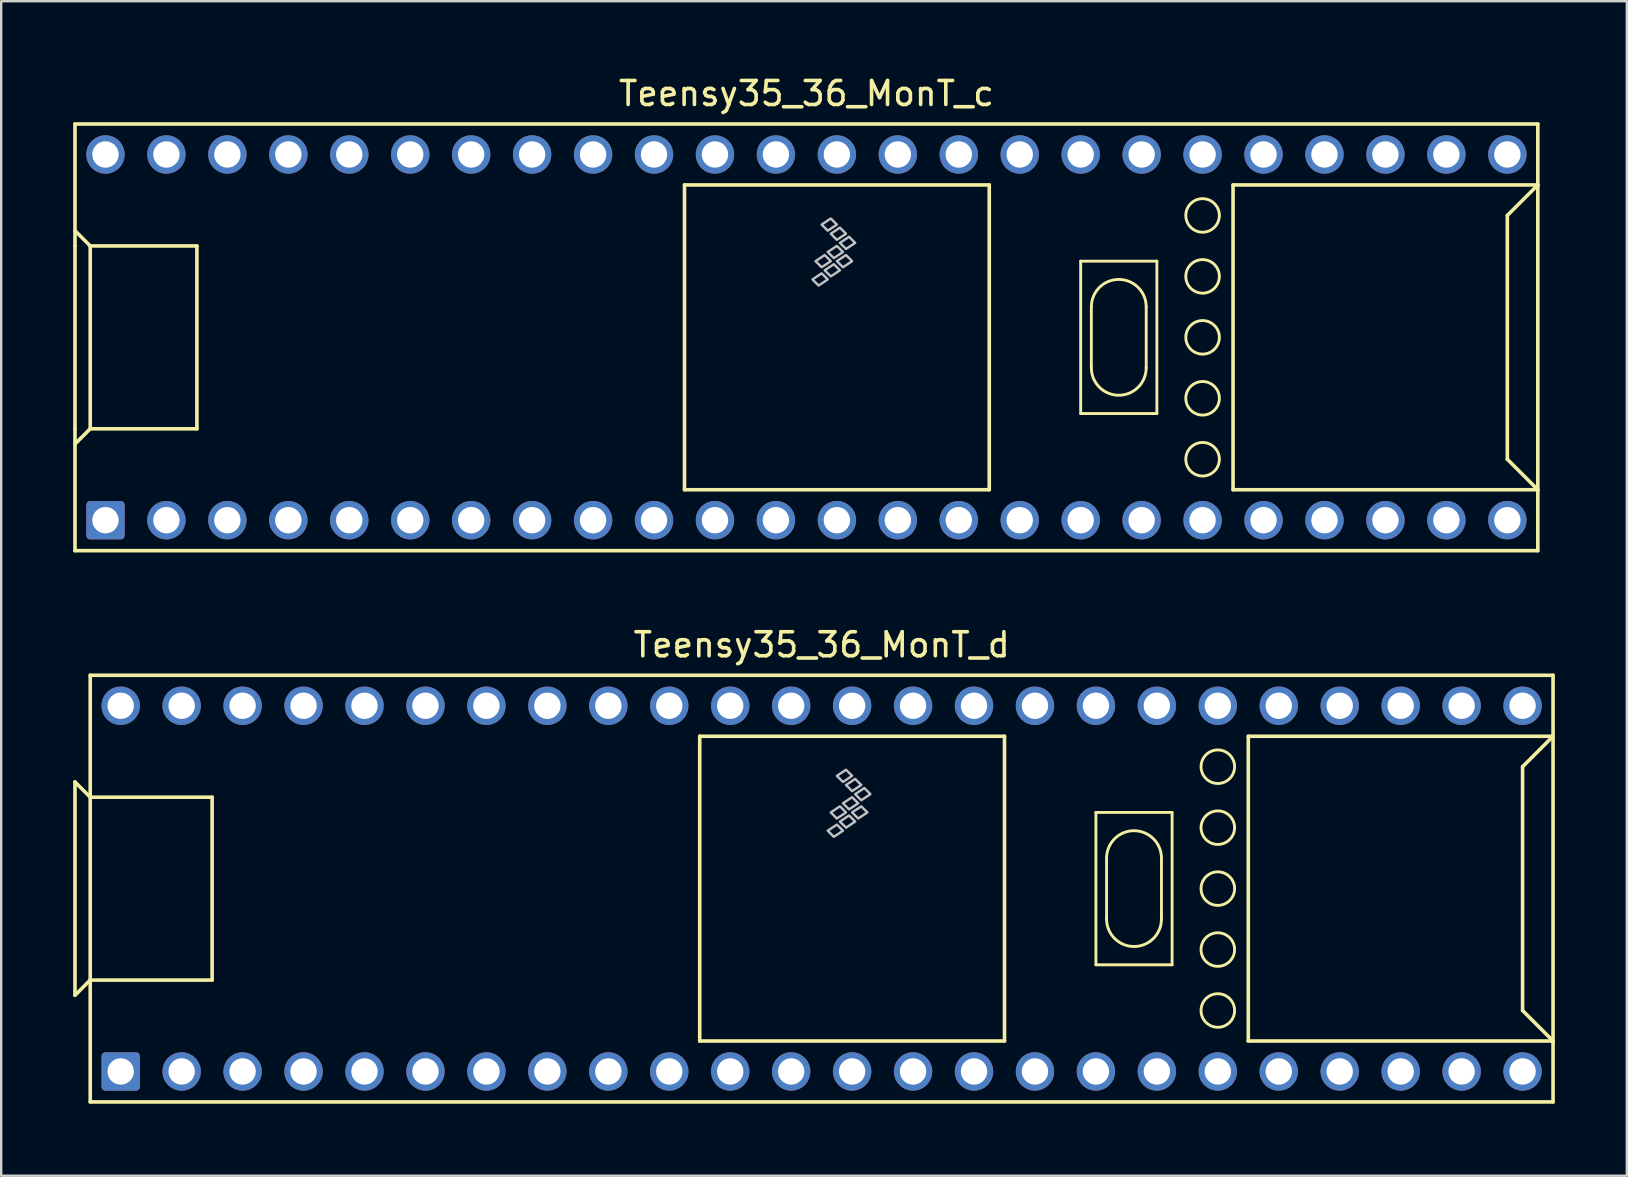
<source format=kicad_pcb>
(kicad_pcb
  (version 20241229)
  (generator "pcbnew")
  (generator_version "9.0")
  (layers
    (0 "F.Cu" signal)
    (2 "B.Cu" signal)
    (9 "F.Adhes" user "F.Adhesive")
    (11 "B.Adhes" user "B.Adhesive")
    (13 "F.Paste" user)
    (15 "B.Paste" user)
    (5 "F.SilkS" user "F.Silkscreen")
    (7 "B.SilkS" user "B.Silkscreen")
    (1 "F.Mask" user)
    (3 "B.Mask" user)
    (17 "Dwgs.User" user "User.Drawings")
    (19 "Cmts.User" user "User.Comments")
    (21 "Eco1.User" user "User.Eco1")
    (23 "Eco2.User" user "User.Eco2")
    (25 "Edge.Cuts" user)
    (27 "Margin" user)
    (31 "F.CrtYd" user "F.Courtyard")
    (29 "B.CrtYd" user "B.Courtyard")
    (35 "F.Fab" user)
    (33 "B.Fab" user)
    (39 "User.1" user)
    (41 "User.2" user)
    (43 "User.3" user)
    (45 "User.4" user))
  (footprint "Teensy35_36_MonT_c"
    (layer "F.Cu")
    (at 30.555 11.008)
    (property "Reference" "Teensy35_36_MonT_c" (at 0 -10.16 0) (layer "F.SilkS") (effects (font (size 1 1) (thickness 0.15))))
    (attr through_hole)
    (fp_line (start -30.48 -3.81) (end -30.48 -3.81) (stroke (width 0.15) (type solid)) (layer "F.SilkS"))
    (fp_line (start -30.48 3.81) (end -30.48 3.81) (stroke (width 0.15) (type solid)) (layer "F.SilkS"))
    (fp_line (start -30.48 8.89) (end -30.48 -8.89) (stroke (width 0.15) (type solid)) (layer "F.SilkS"))
    (fp_line (start -30.48 8.89) (end 30.48 8.89) (stroke (width 0.15) (type solid)) (layer "F.SilkS"))
    (fp_line (start -29.845 -3.81) (end -30.48 -4.445) (stroke (width 0.15) (type solid)) (layer "F.SilkS"))
    (fp_line (start -29.845 3.81) (end -30.48 4.445) (stroke (width 0.15) (type solid)) (layer "F.SilkS"))
    (fp_line (start -29.845 3.81) (end -29.845 -3.81) (stroke (width 0.15) (type solid)) (layer "F.SilkS"))
    (fp_line (start -25.4 -3.81) (end -29.845 -3.81) (stroke (width 0.15) (type solid)) (layer "F.SilkS"))
    (fp_line (start -25.4 3.81) (end -29.845 3.81) (stroke (width 0.15) (type solid)) (layer "F.SilkS"))
    (fp_line (start -25.4 3.81) (end -25.4 -3.81) (stroke (width 0.15) (type solid)) (layer "F.SilkS"))
    (fp_line (start -5.08 -6.35) (end -5.08 6.35) (stroke (width 0.15) (type solid)) (layer "F.SilkS"))
    (fp_line (start -5.08 -6.35) (end 7.62 -6.35) (stroke (width 0.15) (type solid)) (layer "F.SilkS"))
    (fp_line (start -5.08 6.35) (end 7.62 6.35) (stroke (width 0.15) (type solid)) (layer "F.SilkS"))
    (fp_line (start 7.62 6.35) (end 7.62 -6.35) (stroke (width 0.15) (type solid)) (layer "F.SilkS"))
    (fp_line (start 11.43 -3.175) (end 11.43 3.175) (stroke (width 0.12) (type solid)) (layer "F.SilkS"))
    (fp_line (start 11.43 3.175) (end 14.605 3.175) (stroke (width 0.12) (type solid)) (layer "F.SilkS"))
    (fp_line (start 11.874 -1.27) (end 11.874 1.27) (stroke (width 0.12) (type solid)) (layer "F.SilkS"))
    (fp_line (start 14.161 -1.27) (end 14.161 1.27) (stroke (width 0.12) (type solid)) (layer "F.SilkS"))
    (fp_line (start 14.605 -3.175) (end 11.43 -3.175) (stroke (width 0.12) (type solid)) (layer "F.SilkS"))
    (fp_line (start 14.605 3.175) (end 14.605 -3.175) (stroke (width 0.12) (type solid)) (layer "F.SilkS"))
    (fp_line (start 17.78 -6.35) (end 17.78 6.35) (stroke (width 0.15) (type solid)) (layer "F.SilkS"))
    (fp_line (start 17.78 6.35) (end 30.48 6.35) (stroke (width 0.15) (type solid)) (layer "F.SilkS"))
    (fp_line (start 29.21 -5.08) (end 30.48 -6.35) (stroke (width 0.15) (type solid)) (layer "F.SilkS"))
    (fp_line (start 29.21 5.08) (end 29.21 -5.08) (stroke (width 0.15) (type solid)) (layer "F.SilkS"))
    (fp_line (start 30.48 -8.89) (end -30.48 -8.89) (stroke (width 0.15) (type solid)) (layer "F.SilkS"))
    (fp_line (start 30.48 -8.89) (end 30.48 8.89) (stroke (width 0.15) (type solid)) (layer "F.SilkS"))
    (fp_line (start 30.48 -6.35) (end 17.78 -6.35) (stroke (width 0.15) (type solid)) (layer "F.SilkS"))
    (fp_line (start 30.48 6.35) (end 29.21 5.08) (stroke (width 0.15) (type solid)) (layer "F.SilkS"))
    (fp_arc (start 11.8745 -1.27) (mid 13.0175 -2.413) (end 14.1605 -1.27) (stroke (width 0.12) (type solid)) (layer "F.SilkS"))
    (fp_arc (start 14.1605 1.27) (mid 13.0175 2.413) (end 11.8745 1.27) (stroke (width 0.12) (type solid)) (layer "F.SilkS"))
    (fp_circle (center 16.51 -5.08) (end 16.51 -4.381) (stroke (width 0.12) (type solid)) (fill no) (layer "F.SilkS"))
    (fp_circle (center 16.51 -2.54) (end 16.51 -1.841) (stroke (width 0.12) (type solid)) (fill no) (layer "F.SilkS"))
    (fp_circle (center 16.51 0) (end 16.51 0.699) (stroke (width 0.12) (type solid)) (fill no) (layer "F.SilkS"))
    (fp_circle (center 16.51 2.54) (end 16.51 3.239) (stroke (width 0.12) (type solid)) (fill no) (layer "F.SilkS"))
    (fp_circle (center 16.51 5.08) (end 16.51 5.779) (stroke (width 0.12) (type solid)) (fill no) (layer "F.SilkS"))
    (fp_poly (pts (xy 0.635 -2.667) (xy 0.889 -2.413) (xy 0.508 -2.159) (xy 0.254 -2.413)) (stroke (width 0.1) (type solid)) (fill no) (layer "Dwgs.User"))
    (fp_poly (pts (xy 0.762 -3.429) (xy 1.016 -3.175) (xy 0.635 -2.921) (xy 0.381 -3.175)) (stroke (width 0.1) (type solid)) (fill no) (layer "Dwgs.User"))
    (fp_poly (pts (xy 1.016 -4.953) (xy 1.27 -4.699) (xy 0.889 -4.445) (xy 0.635 -4.699)) (stroke (width 0.1) (type solid)) (fill no) (layer "Dwgs.User"))
    (fp_poly (pts (xy 1.143 -3.048) (xy 1.397 -2.794) (xy 1.016 -2.54) (xy 0.762 -2.794)) (stroke (width 0.1) (type solid)) (fill no) (layer "Dwgs.User"))
    (fp_poly (pts (xy 1.27 -3.81) (xy 1.524 -3.556) (xy 1.143 -3.302) (xy 0.889 -3.556)) (stroke (width 0.1) (type solid)) (fill no) (layer "Dwgs.User"))
    (fp_poly (pts (xy 1.397 -4.572) (xy 1.651 -4.318) (xy 1.27 -4.064) (xy 1.016 -4.318)) (stroke (width 0.1) (type solid)) (fill no) (layer "Dwgs.User"))
    (fp_poly (pts (xy 1.651 -3.429) (xy 1.905 -3.175) (xy 1.524 -2.921) (xy 1.27 -3.175)) (stroke (width 0.1) (type solid)) (fill no) (layer "Dwgs.User"))
    (fp_poly (pts (xy 1.778 -4.191) (xy 2.032 -3.937) (xy 1.651 -3.683) (xy 1.397 -3.937)) (stroke (width 0.1) (type solid)) (fill no) (layer "Dwgs.User"))
    (pad "1" thru_hole roundrect (at -29.21 7.62) (size 1.6 1.6) (drill 1.1) (layers "*.Cu" "*.Mask") (roundrect_rratio 0.1))
    (pad "2" thru_hole circle (at -26.67 7.62) (size 1.6 1.6) (drill 1.1) (layers "*.Cu" "*.Mask"))
    (pad "3" thru_hole circle (at -24.13 7.62) (size 1.6 1.6) (drill 1.1) (layers "*.Cu" "*.Mask"))
    (pad "4" thru_hole circle (at -21.59 7.62) (size 1.6 1.6) (drill 1.1) (layers "*.Cu" "*.Mask"))
    (pad "5" thru_hole circle (at -19.05 7.62) (size 1.6 1.6) (drill 1.1) (layers "*.Cu" "*.Mask"))
    (pad "6" thru_hole circle (at -16.51 7.62) (size 1.6 1.6) (drill 1.1) (layers "*.Cu" "*.Mask"))
    (pad "7" thru_hole circle (at -13.97 7.62) (size 1.6 1.6) (drill 1.1) (layers "*.Cu" "*.Mask"))
    (pad "8" thru_hole circle (at -11.43 7.62) (size 1.6 1.6) (drill 1.1) (layers "*.Cu" "*.Mask"))
    (pad "9" thru_hole circle (at -8.89 7.62) (size 1.6 1.6) (drill 1.1) (layers "*.Cu" "*.Mask"))
    (pad "10" thru_hole circle (at -6.35 7.62) (size 1.6 1.6) (drill 1.1) (layers "*.Cu" "*.Mask"))
    (pad "11" thru_hole circle (at -3.81 7.62) (size 1.6 1.6) (drill 1.1) (layers "*.Cu" "*.Mask"))
    (pad "12" thru_hole circle (at -1.27 7.62) (size 1.6 1.6) (drill 1.1) (layers "*.Cu" "*.Mask"))
    (pad "13" thru_hole circle (at 1.27 7.62) (size 1.6 1.6) (drill 1.1) (layers "*.Cu" "*.Mask"))
    (pad "14" thru_hole circle (at 3.81 7.62) (size 1.6 1.6) (drill 1.1) (layers "*.Cu" "*.Mask"))
    (pad "15" thru_hole circle (at 6.35 7.62) (size 1.6 1.6) (drill 1.1) (layers "*.Cu" "*.Mask"))
    (pad "16" thru_hole circle (at 8.89 7.62) (size 1.6 1.6) (drill 1.1) (layers "*.Cu" "*.Mask"))
    (pad "17" thru_hole circle (at 11.43 7.62) (size 1.6 1.6) (drill 1.1) (layers "*.Cu" "*.Mask"))
    (pad "18" thru_hole circle (at 13.97 7.62) (size 1.6 1.6) (drill 1.1) (layers "*.Cu" "*.Mask"))
    (pad "19" thru_hole circle (at 16.51 7.62) (size 1.6 1.6) (drill 1.1) (layers "*.Cu" "*.Mask"))
    (pad "20" thru_hole circle (at 19.05 7.62) (size 1.6 1.6) (drill 1.1) (layers "*.Cu" "*.Mask"))
    (pad "21" thru_hole circle (at 21.59 7.62) (size 1.6 1.6) (drill 1.1) (layers "*.Cu" "*.Mask"))
    (pad "22" thru_hole circle (at 24.13 7.62) (size 1.6 1.6) (drill 1.1) (layers "*.Cu" "*.Mask"))
    (pad "23" thru_hole circle (at 26.67 7.62) (size 1.6 1.6) (drill 1.1) (layers "*.Cu" "*.Mask"))
    (pad "24" thru_hole circle (at 29.21 7.62) (size 1.6 1.6) (drill 1.1) (layers "*.Cu" "*.Mask"))
    (pad "30" thru_hole circle (at 29.21 -7.62) (size 1.6 1.6) (drill 1.1) (layers "*.Cu" "*.Mask"))
    (pad "31" thru_hole circle (at 26.67 -7.62) (size 1.6 1.6) (drill 1.1) (layers "*.Cu" "*.Mask"))
    (pad "32" thru_hole circle (at 24.13 -7.62) (size 1.6 1.6) (drill 1.1) (layers "*.Cu" "*.Mask"))
    (pad "33" thru_hole circle (at 21.59 -7.62) (size 1.6 1.6) (drill 1.1) (layers "*.Cu" "*.Mask"))
    (pad "34" thru_hole circle (at 19.05 -7.62) (size 1.6 1.6) (drill 1.1) (layers "*.Cu" "*.Mask"))
    (pad "35" thru_hole circle (at 16.51 -7.62) (size 1.6 1.6) (drill 1.1) (layers "*.Cu" "*.Mask"))
    (pad "36" thru_hole circle (at 13.97 -7.62) (size 1.6 1.6) (drill 1.1) (layers "*.Cu" "*.Mask"))
    (pad "37" thru_hole circle (at 11.43 -7.62) (size 1.6 1.6) (drill 1.1) (layers "*.Cu" "*.Mask"))
    (pad "38" thru_hole circle (at 8.89 -7.62) (size 1.6 1.6) (drill 1.1) (layers "*.Cu" "*.Mask"))
    (pad "39" thru_hole circle (at 6.35 -7.62) (size 1.6 1.6) (drill 1.1) (layers "*.Cu" "*.Mask"))
    (pad "40" thru_hole circle (at 3.81 -7.62) (size 1.6 1.6) (drill 1.1) (layers "*.Cu" "*.Mask"))
    (pad "41" thru_hole circle (at 1.27 -7.62) (size 1.6 1.6) (drill 1.1) (layers "*.Cu" "*.Mask"))
    (pad "42" thru_hole circle (at -1.27 -7.62) (size 1.6 1.6) (drill 1.1) (layers "*.Cu" "*.Mask"))
    (pad "43" thru_hole circle (at -3.81 -7.62) (size 1.6 1.6) (drill 1.1) (layers "*.Cu" "*.Mask"))
    (pad "44" thru_hole circle (at -6.35 -7.62) (size 1.6 1.6) (drill 1.1) (layers "*.Cu" "*.Mask"))
    (pad "45" thru_hole circle (at -8.89 -7.62) (size 1.6 1.6) (drill 1.1) (layers "*.Cu" "*.Mask"))
    (pad "46" thru_hole circle (at -11.43 -7.62) (size 1.6 1.6) (drill 1.1) (layers "*.Cu" "*.Mask"))
    (pad "47" thru_hole circle (at -13.97 -7.62) (size 1.6 1.6) (drill 1.1) (layers "*.Cu" "*.Mask"))
    (pad "48" thru_hole circle (at -16.51 -7.62) (size 1.6 1.6) (drill 1.1) (layers "*.Cu" "*.Mask"))
    (pad "49" thru_hole circle (at -19.05 -7.62) (size 1.6 1.6) (drill 1.1) (layers "*.Cu" "*.Mask"))
    (pad "50" thru_hole circle (at -21.59 -7.62) (size 1.6 1.6) (drill 1.1) (layers "*.Cu" "*.Mask"))
    (pad "51" thru_hole circle (at -24.13 -7.62) (size 1.6 1.6) (drill 1.1) (layers "*.Cu" "*.Mask"))
    (pad "52" thru_hole circle (at -26.67 -7.62) (size 1.6 1.6) (drill 1.1) (layers "*.Cu" "*.Mask"))
    (pad "53" thru_hole circle (at -29.21 -7.62) (size 1.6 1.6) (drill 1.1) (layers "*.Cu" "*.Mask")))
  (footprint "Teensy35_36_MonT_d"
    (layer "F.Cu")
    (at 31.19 33.981)
    (property "Reference" "Teensy35_36_MonT_d" (at 0 -10.16 0) (layer "F.SilkS") (effects (font (size 1 1) (thickness 0.15))))
    (attr through_hole)
    (fp_line (start -31.115 4.445) (end -31.115 -4.445) (stroke (width 0.15) (type solid)) (layer "F.SilkS"))
    (fp_line (start -30.48 -3.81) (end -31.115 -4.445) (stroke (width 0.15) (type solid)) (layer "F.SilkS"))
    (fp_line (start -30.48 -3.81) (end -30.48 -3.81) (stroke (width 0.15) (type solid)) (layer "F.SilkS"))
    (fp_line (start -30.48 3.81) (end -31.115 4.445) (stroke (width 0.15) (type solid)) (layer "F.SilkS"))
    (fp_line (start -30.48 3.81) (end -30.48 3.81) (stroke (width 0.15) (type solid)) (layer "F.SilkS"))
    (fp_line (start -30.48 8.89) (end -30.48 -8.89) (stroke (width 0.15) (type solid)) (layer "F.SilkS"))
    (fp_line (start -30.48 8.89) (end 30.48 8.89) (stroke (width 0.15) (type solid)) (layer "F.SilkS"))
    (fp_line (start -25.4 -3.81) (end -30.48 -3.81) (stroke (width 0.15) (type solid)) (layer "F.SilkS"))
    (fp_line (start -25.4 3.81) (end -30.48 3.81) (stroke (width 0.15) (type solid)) (layer "F.SilkS"))
    (fp_line (start -25.4 3.81) (end -25.4 -3.81) (stroke (width 0.15) (type solid)) (layer "F.SilkS"))
    (fp_line (start -5.08 -6.35) (end -5.08 6.35) (stroke (width 0.15) (type solid)) (layer "F.SilkS"))
    (fp_line (start -5.08 -6.35) (end 7.62 -6.35) (stroke (width 0.15) (type solid)) (layer "F.SilkS"))
    (fp_line (start -5.08 6.35) (end 7.62 6.35) (stroke (width 0.15) (type solid)) (layer "F.SilkS"))
    (fp_line (start 7.62 6.35) (end 7.62 -6.35) (stroke (width 0.15) (type solid)) (layer "F.SilkS"))
    (fp_line (start 11.43 -3.175) (end 11.43 3.175) (stroke (width 0.12) (type solid)) (layer "F.SilkS"))
    (fp_line (start 11.43 3.175) (end 14.605 3.175) (stroke (width 0.12) (type solid)) (layer "F.SilkS"))
    (fp_line (start 11.874 -1.27) (end 11.874 1.27) (stroke (width 0.12) (type solid)) (layer "F.SilkS"))
    (fp_line (start 14.161 -1.27) (end 14.161 1.27) (stroke (width 0.12) (type solid)) (layer "F.SilkS"))
    (fp_line (start 14.605 -3.175) (end 11.43 -3.175) (stroke (width 0.12) (type solid)) (layer "F.SilkS"))
    (fp_line (start 14.605 3.175) (end 14.605 -3.175) (stroke (width 0.12) (type solid)) (layer "F.SilkS"))
    (fp_line (start 17.78 -6.35) (end 17.78 6.35) (stroke (width 0.15) (type solid)) (layer "F.SilkS"))
    (fp_line (start 17.78 6.35) (end 30.48 6.35) (stroke (width 0.15) (type solid)) (layer "F.SilkS"))
    (fp_line (start 29.21 -5.08) (end 30.48 -6.35) (stroke (width 0.15) (type solid)) (layer "F.SilkS"))
    (fp_line (start 29.21 5.08) (end 29.21 -5.08) (stroke (width 0.15) (type solid)) (layer "F.SilkS"))
    (fp_line (start 30.48 -8.89) (end -30.48 -8.89) (stroke (width 0.15) (type solid)) (layer "F.SilkS"))
    (fp_line (start 30.48 -8.89) (end 30.48 8.89) (stroke (width 0.15) (type solid)) (layer "F.SilkS"))
    (fp_line (start 30.48 -6.35) (end 17.78 -6.35) (stroke (width 0.15) (type solid)) (layer "F.SilkS"))
    (fp_line (start 30.48 6.35) (end 29.21 5.08) (stroke (width 0.15) (type solid)) (layer "F.SilkS"))
    (fp_arc (start 11.8745 -1.27) (mid 13.0175 -2.413) (end 14.1605 -1.27) (stroke (width 0.12) (type solid)) (layer "F.SilkS"))
    (fp_arc (start 14.1605 1.27) (mid 13.0175 2.413) (end 11.8745 1.27) (stroke (width 0.12) (type solid)) (layer "F.SilkS"))
    (fp_circle (center 16.51 -5.08) (end 16.51 -4.381) (stroke (width 0.12) (type solid)) (fill no) (layer "F.SilkS"))
    (fp_circle (center 16.51 -2.54) (end 16.51 -1.841) (stroke (width 0.12) (type solid)) (fill no) (layer "F.SilkS"))
    (fp_circle (center 16.51 0) (end 16.51 0.699) (stroke (width 0.12) (type solid)) (fill no) (layer "F.SilkS"))
    (fp_circle (center 16.51 2.54) (end 16.51 3.239) (stroke (width 0.12) (type solid)) (fill no) (layer "F.SilkS"))
    (fp_circle (center 16.51 5.08) (end 16.51 5.779) (stroke (width 0.12) (type solid)) (fill no) (layer "F.SilkS"))
    (fp_poly (pts (xy 0.635 -2.667) (xy 0.889 -2.413) (xy 0.508 -2.159) (xy 0.254 -2.413)) (stroke (width 0.1) (type solid)) (fill no) (layer "Dwgs.User"))
    (fp_poly (pts (xy 0.762 -3.429) (xy 1.016 -3.175) (xy 0.635 -2.921) (xy 0.381 -3.175)) (stroke (width 0.1) (type solid)) (fill no) (layer "Dwgs.User"))
    (fp_poly (pts (xy 1.016 -4.953) (xy 1.27 -4.699) (xy 0.889 -4.445) (xy 0.635 -4.699)) (stroke (width 0.1) (type solid)) (fill no) (layer "Dwgs.User"))
    (fp_poly (pts (xy 1.143 -3.048) (xy 1.397 -2.794) (xy 1.016 -2.54) (xy 0.762 -2.794)) (stroke (width 0.1) (type solid)) (fill no) (layer "Dwgs.User"))
    (fp_poly (pts (xy 1.27 -3.81) (xy 1.524 -3.556) (xy 1.143 -3.302) (xy 0.889 -3.556)) (stroke (width 0.1) (type solid)) (fill no) (layer "Dwgs.User"))
    (fp_poly (pts (xy 1.397 -4.572) (xy 1.651 -4.318) (xy 1.27 -4.064) (xy 1.016 -4.318)) (stroke (width 0.1) (type solid)) (fill no) (layer "Dwgs.User"))
    (fp_poly (pts (xy 1.651 -3.429) (xy 1.905 -3.175) (xy 1.524 -2.921) (xy 1.27 -3.175)) (stroke (width 0.1) (type solid)) (fill no) (layer "Dwgs.User"))
    (fp_poly (pts (xy 1.778 -4.191) (xy 2.032 -3.937) (xy 1.651 -3.683) (xy 1.397 -3.937)) (stroke (width 0.1) (type solid)) (fill no) (layer "Dwgs.User"))
    (pad "1" thru_hole roundrect (at -29.21 7.62) (size 1.6 1.6) (drill 1.1) (layers "*.Cu" "*.Mask") (roundrect_rratio 0.1))
    (pad "2" thru_hole circle (at -26.67 7.62) (size 1.6 1.6) (drill 1.1) (layers "*.Cu" "*.Mask"))
    (pad "3" thru_hole circle (at -24.13 7.62) (size 1.6 1.6) (drill 1.1) (layers "*.Cu" "*.Mask"))
    (pad "4" thru_hole circle (at -21.59 7.62) (size 1.6 1.6) (drill 1.1) (layers "*.Cu" "*.Mask"))
    (pad "5" thru_hole circle (at -19.05 7.62) (size 1.6 1.6) (drill 1.1) (layers "*.Cu" "*.Mask"))
    (pad "6" thru_hole circle (at -16.51 7.62) (size 1.6 1.6) (drill 1.1) (layers "*.Cu" "*.Mask"))
    (pad "7" thru_hole circle (at -13.97 7.62) (size 1.6 1.6) (drill 1.1) (layers "*.Cu" "*.Mask"))
    (pad "8" thru_hole circle (at -11.43 7.62) (size 1.6 1.6) (drill 1.1) (layers "*.Cu" "*.Mask"))
    (pad "9" thru_hole circle (at -8.89 7.62) (size 1.6 1.6) (drill 1.1) (layers "*.Cu" "*.Mask"))
    (pad "10" thru_hole circle (at -6.35 7.62) (size 1.6 1.6) (drill 1.1) (layers "*.Cu" "*.Mask"))
    (pad "11" thru_hole circle (at -3.81 7.62) (size 1.6 1.6) (drill 1.1) (layers "*.Cu" "*.Mask"))
    (pad "12" thru_hole circle (at -1.27 7.62) (size 1.6 1.6) (drill 1.1) (layers "*.Cu" "*.Mask"))
    (pad "13" thru_hole circle (at 1.27 7.62) (size 1.6 1.6) (drill 1.1) (layers "*.Cu" "*.Mask"))
    (pad "14" thru_hole circle (at 3.81 7.62) (size 1.6 1.6) (drill 1.1) (layers "*.Cu" "*.Mask"))
    (pad "15" thru_hole circle (at 6.35 7.62) (size 1.6 1.6) (drill 1.1) (layers "*.Cu" "*.Mask"))
    (pad "16" thru_hole circle (at 8.89 7.62) (size 1.6 1.6) (drill 1.1) (layers "*.Cu" "*.Mask"))
    (pad "17" thru_hole circle (at 11.43 7.62) (size 1.6 1.6) (drill 1.1) (layers "*.Cu" "*.Mask"))
    (pad "18" thru_hole circle (at 13.97 7.62) (size 1.6 1.6) (drill 1.1) (layers "*.Cu" "*.Mask"))
    (pad "19" thru_hole circle (at 16.51 7.62) (size 1.6 1.6) (drill 1.1) (layers "*.Cu" "*.Mask"))
    (pad "20" thru_hole circle (at 19.05 7.62) (size 1.6 1.6) (drill 1.1) (layers "*.Cu" "*.Mask"))
    (pad "21" thru_hole circle (at 21.59 7.62) (size 1.6 1.6) (drill 1.1) (layers "*.Cu" "*.Mask"))
    (pad "22" thru_hole circle (at 24.13 7.62) (size 1.6 1.6) (drill 1.1) (layers "*.Cu" "*.Mask"))
    (pad "23" thru_hole circle (at 26.67 7.62) (size 1.6 1.6) (drill 1.1) (layers "*.Cu" "*.Mask"))
    (pad "24" thru_hole circle (at 29.21 7.62) (size 1.6 1.6) (drill 1.1) (layers "*.Cu" "*.Mask"))
    (pad "30" thru_hole circle (at 29.21 -7.62) (size 1.6 1.6) (drill 1.1) (layers "*.Cu" "*.Mask"))
    (pad "31" thru_hole circle (at 26.67 -7.62) (size 1.6 1.6) (drill 1.1) (layers "*.Cu" "*.Mask"))
    (pad "32" thru_hole circle (at 24.13 -7.62) (size 1.6 1.6) (drill 1.1) (layers "*.Cu" "*.Mask"))
    (pad "33" thru_hole circle (at 21.59 -7.62) (size 1.6 1.6) (drill 1.1) (layers "*.Cu" "*.Mask"))
    (pad "34" thru_hole circle (at 19.05 -7.62) (size 1.6 1.6) (drill 1.1) (layers "*.Cu" "*.Mask"))
    (pad "35" thru_hole circle (at 16.51 -7.62) (size 1.6 1.6) (drill 1.1) (layers "*.Cu" "*.Mask"))
    (pad "36" thru_hole circle (at 13.97 -7.62) (size 1.6 1.6) (drill 1.1) (layers "*.Cu" "*.Mask"))
    (pad "37" thru_hole circle (at 11.43 -7.62) (size 1.6 1.6) (drill 1.1) (layers "*.Cu" "*.Mask"))
    (pad "38" thru_hole circle (at 8.89 -7.62) (size 1.6 1.6) (drill 1.1) (layers "*.Cu" "*.Mask"))
    (pad "39" thru_hole circle (at 6.35 -7.62) (size 1.6 1.6) (drill 1.1) (layers "*.Cu" "*.Mask"))
    (pad "40" thru_hole circle (at 3.81 -7.62) (size 1.6 1.6) (drill 1.1) (layers "*.Cu" "*.Mask"))
    (pad "41" thru_hole circle (at 1.27 -7.62) (size 1.6 1.6) (drill 1.1) (layers "*.Cu" "*.Mask"))
    (pad "42" thru_hole circle (at -1.27 -7.62) (size 1.6 1.6) (drill 1.1) (layers "*.Cu" "*.Mask"))
    (pad "43" thru_hole circle (at -3.81 -7.62) (size 1.6 1.6) (drill 1.1) (layers "*.Cu" "*.Mask"))
    (pad "44" thru_hole circle (at -6.35 -7.62) (size 1.6 1.6) (drill 1.1) (layers "*.Cu" "*.Mask"))
    (pad "45" thru_hole circle (at -8.89 -7.62) (size 1.6 1.6) (drill 1.1) (layers "*.Cu" "*.Mask"))
    (pad "46" thru_hole circle (at -11.43 -7.62) (size 1.6 1.6) (drill 1.1) (layers "*.Cu" "*.Mask"))
    (pad "47" thru_hole circle (at -13.97 -7.62) (size 1.6 1.6) (drill 1.1) (layers "*.Cu" "*.Mask"))
    (pad "48" thru_hole circle (at -16.51 -7.62) (size 1.6 1.6) (drill 1.1) (layers "*.Cu" "*.Mask"))
    (pad "49" thru_hole circle (at -19.05 -7.62) (size 1.6 1.6) (drill 1.1) (layers "*.Cu" "*.Mask"))
    (pad "50" thru_hole circle (at -21.59 -7.62) (size 1.6 1.6) (drill 1.1) (layers "*.Cu" "*.Mask"))
    (pad "51" thru_hole circle (at -24.13 -7.62) (size 1.6 1.6) (drill 1.1) (layers "*.Cu" "*.Mask"))
    (pad "52" thru_hole circle (at -26.67 -7.62) (size 1.6 1.6) (drill 1.1) (layers "*.Cu" "*.Mask"))
    (pad "53" thru_hole circle (at -29.21 -7.62) (size 1.6 1.6) (drill 1.1) (layers "*.Cu" "*.Mask")))
  (gr_rect
    (start -3 -3)
    (end 64.745 45.947)
    (stroke (width 0.1) (type default))
    (fill no)
    (layer "Edge.Cuts")))
</source>
